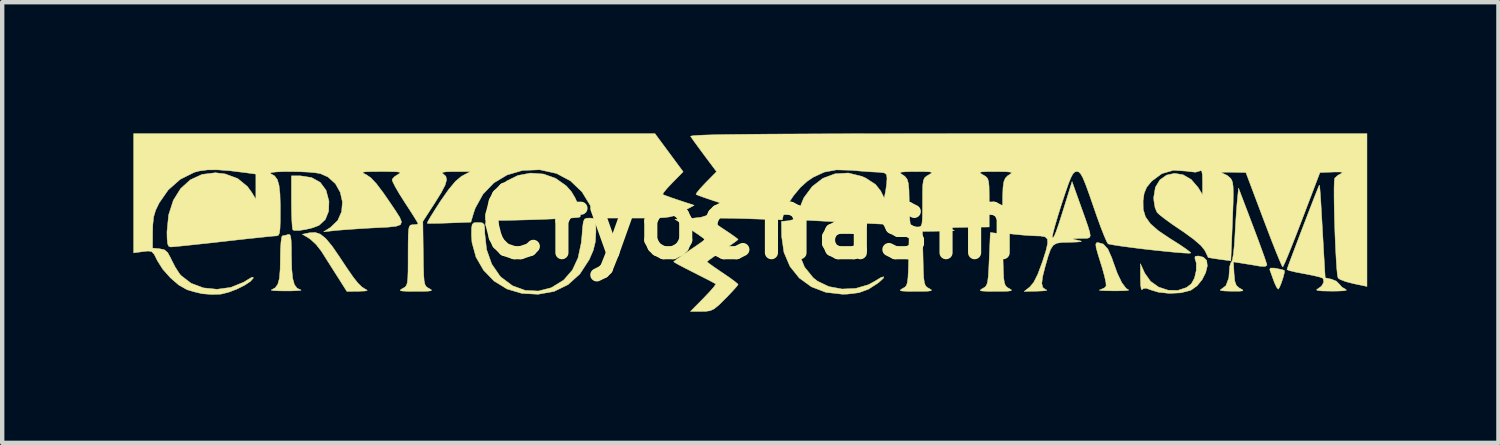
<source format=kicad_pcb>
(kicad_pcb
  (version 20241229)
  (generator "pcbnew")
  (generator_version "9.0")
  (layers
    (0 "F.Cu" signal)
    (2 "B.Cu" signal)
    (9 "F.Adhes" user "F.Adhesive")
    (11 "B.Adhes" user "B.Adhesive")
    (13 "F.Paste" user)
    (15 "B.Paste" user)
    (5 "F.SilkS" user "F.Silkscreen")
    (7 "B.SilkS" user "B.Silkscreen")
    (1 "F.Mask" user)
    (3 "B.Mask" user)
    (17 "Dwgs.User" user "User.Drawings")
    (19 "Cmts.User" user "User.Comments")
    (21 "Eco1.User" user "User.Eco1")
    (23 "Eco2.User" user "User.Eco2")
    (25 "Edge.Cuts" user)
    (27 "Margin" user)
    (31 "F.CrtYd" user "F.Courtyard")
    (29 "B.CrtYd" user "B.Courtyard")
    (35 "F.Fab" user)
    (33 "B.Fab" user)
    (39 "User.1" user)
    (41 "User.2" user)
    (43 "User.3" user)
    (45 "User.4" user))
  (footprint "Cryochasm"
    (layer "F.Cu")
    (at 14.077 2.037)
    (property "Reference" "Cryochasm" (at 0 0 0) (layer "F.SilkS") (effects (font (size 1.524 1.524) (thickness 0.3))))
    (attr through_hole)
    (fp_poly (pts (xy 5.791 0.24) (xy 5.791 0.261) (xy 5.788 0.261) (xy 5.788 0.239) (xy 5.791 0.24)) (stroke (width 0.01) (type solid)) (fill yes) (layer "F.SilkS"))
    (fp_poly (pts (xy 11.999 1.041) (xy 12.047 1.049) (xy 12.166 1.074) (xy 12.231 1.093) (xy 12.234 1.095) (xy 12.233 1.148) (xy 12.205 1.257) (xy 12.164 1.381) (xy 12.122 1.483) (xy 12.093 1.524) (xy 12.057 1.481) (xy 12.007 1.374) (xy 11.992 1.333) (xy 11.942 1.195) (xy 11.905 1.093) (xy 11.9 1.08) (xy 11.911 1.041) (xy 11.999 1.041)) (stroke (width 0.01) (type solid)) (fill yes) (layer "F.SilkS"))
    (fp_poly (pts (xy -10.005 -1.028) (xy -9.806 -0.917) (xy -9.677 -0.743) (xy -9.673 -0.735) (xy -9.607 -0.488) (xy -9.614 -0.259) (xy -9.69 -0.069) (xy -9.829 0.061) (xy -9.84 0.067) (xy -9.976 0.119) (xy -10.138 0.159) (xy -10.292 0.182) (xy -10.402 0.181) (xy -10.432 0.169) (xy -10.445 0.108) (xy -10.455 -0.034) (xy -10.462 -0.234) (xy -10.465 -0.466) (xy -10.465 -1.067) (xy -10.259 -1.067) (xy -10.005 -1.028)) (stroke (width 0.01) (type solid)) (fill yes) (layer "F.SilkS"))
    (fp_poly (pts (xy 5.652 0.245) (xy 5.788 0.261) (xy 5.802 0.842) (xy 5.809 1.098) (xy 5.818 1.272) (xy 5.834 1.381) (xy 5.86 1.446) (xy 5.9 1.485) (xy 5.944 1.509) (xy 5.994 1.54) (xy 5.988 1.559) (xy 5.913 1.569) (xy 5.756 1.573) (xy 5.639 1.573) (xy 5.434 1.572) (xy 5.319 1.565) (xy 5.279 1.551) (xy 5.302 1.527) (xy 5.334 1.509) (xy 5.388 1.477) (xy 5.425 1.433) (xy 5.449 1.359) (xy 5.465 1.234) (xy 5.477 1.042) (xy 5.486 0.837) (xy 5.512 0.229) (xy 5.652 0.245)) (stroke (width 0.01) (type solid)) (fill yes) (layer "F.SilkS"))
    (fp_poly (pts (xy -9.801 0.268) (xy -9.677 0.369) (xy -9.536 0.539) (xy -9.364 0.789) (xy -9.364 0.79) (xy -9.185 1.059) (xy -9.049 1.254) (xy -8.943 1.387) (xy -8.858 1.471) (xy -8.783 1.519) (xy -8.768 1.525) (xy -8.73 1.551) (xy -8.778 1.565) (xy -8.919 1.571) (xy -8.929 1.572) (xy -9.197 1.575) (xy -9.431 1.206) (xy -9.557 1.008) (xy -9.679 0.816) (xy -9.773 0.667) (xy -9.787 0.646) (xy -9.901 0.501) (xy -10.031 0.382) (xy -10.063 0.36) (xy -10.215 0.268) (xy -10.049 0.234) (xy -9.92 0.227) (xy -9.801 0.268)) (stroke (width 0.01) (type solid)) (fill yes) (layer "F.SilkS"))
    (fp_poly (pts (xy 8.096 0.493) (xy 8.199 0.607) (xy 8.289 0.809) (xy 8.307 0.864) (xy 8.413 1.157) (xy 8.517 1.374) (xy 8.615 1.505) (xy 8.673 1.54) (xy 8.668 1.55) (xy 8.579 1.558) (xy 8.422 1.562) (xy 8.331 1.562) (xy 8.153 1.559) (xy 8.038 1.553) (xy 8.001 1.544) (xy 8.017 1.539) (xy 8.119 1.496) (xy 8.159 1.452) (xy 8.155 1.378) (xy 8.124 1.232) (xy 8.071 1.04) (xy 8.034 0.922) (xy 7.967 0.706) (xy 7.93 0.57) (xy 7.923 0.494) (xy 7.941 0.462) (xy 7.971 0.457) (xy 8.096 0.493)) (stroke (width 0.01) (type solid)) (fill yes) (layer "F.SilkS"))
    (fp_poly (pts (xy -10.485 0.309) (xy -10.472 0.403) (xy -10.466 0.57) (xy -10.465 0.753) (xy -10.458 1.058) (xy -10.437 1.276) (xy -10.397 1.42) (xy -10.334 1.503) (xy -10.252 1.539) (xy -10.244 1.549) (xy -10.323 1.557) (xy -10.473 1.563) (xy -10.566 1.564) (xy -10.75 1.562) (xy -10.877 1.556) (xy -10.928 1.545) (xy -10.922 1.54) (xy -10.835 1.492) (xy -10.776 1.41) (xy -10.74 1.277) (xy -10.723 1.075) (xy -10.719 0.828) (xy -10.715 0.612) (xy -10.703 0.439) (xy -10.687 0.331) (xy -10.672 0.305) (xy -10.587 0.288) (xy -10.545 0.274) (xy -10.508 0.272) (xy -10.485 0.309)) (stroke (width 0.01) (type solid)) (fill yes) (layer "F.SilkS"))
    (fp_poly (pts (xy -4.705 -1.109) (xy -4.427 -1.011) (xy -4.183 -0.839) (xy -4.064 -0.704) (xy -3.977 -0.557) (xy -3.906 -0.395) (xy -3.864 -0.248) (xy -3.86 -0.146) (xy -3.871 -0.126) (xy -3.928 -0.115) (xy -4.068 -0.104) (xy -4.271 -0.092) (xy -4.521 -0.081) (xy -4.799 -0.07) (xy -5.086 -0.061) (xy -5.364 -0.054) (xy -5.615 -0.049) (xy -5.821 -0.048) (xy -5.963 -0.05) (xy -6.023 -0.057) (xy -6.024 -0.058) (xy -6.026 -0.136) (xy -5.99 -0.273) (xy -5.928 -0.439) (xy -5.851 -0.602) (xy -5.772 -0.733) (xy -5.767 -0.739) (xy -5.55 -0.946) (xy -5.288 -1.076) (xy -4.999 -1.13) (xy -4.705 -1.109)) (stroke (width 0.01) (type solid)) (fill yes) (layer "F.SilkS"))
    (fp_poly (pts (xy 10.384 0.793) (xy 10.458 0.867) (xy 10.472 0.993) (xy 10.434 1.146) (xy 10.354 1.304) (xy 10.241 1.444) (xy 10.104 1.543) (xy 10.084 1.552) (xy 9.865 1.607) (xy 9.604 1.62) (xy 9.35 1.592) (xy 9.199 1.546) (xy 9.075 1.502) (xy 9.008 1.509) (xy 8.983 1.535) (xy 8.962 1.525) (xy 8.948 1.43) (xy 8.943 1.27) (xy 8.943 0.94) (xy 9.042 1.158) (xy 9.174 1.344) (xy 9.36 1.476) (xy 9.576 1.547) (xy 9.796 1.552) (xy 9.997 1.486) (xy 10.107 1.4) (xy 10.179 1.271) (xy 10.219 1.098) (xy 10.221 0.927) (xy 10.188 0.818) (xy 10.194 0.773) (xy 10.27 0.764) (xy 10.384 0.793)) (stroke (width 0.01) (type solid)) (fill yes) (layer "F.SilkS"))
    (fp_poly (pts (xy 11.511 0.068) (xy 11.616 0.346) (xy 11.706 0.592) (xy 11.777 0.789) (xy 11.822 0.923) (xy 11.836 0.975) (xy 11.792 1.004) (xy 11.678 0.999) (xy 11.671 0.998) (xy 11.51 0.97) (xy 11.323 0.94) (xy 11.287 0.934) (xy 11.069 0.9) (xy 11.084 1.173) (xy 11.101 1.34) (xy 11.135 1.437) (xy 11.201 1.496) (xy 11.227 1.509) (xy 11.285 1.543) (xy 11.281 1.562) (xy 11.202 1.57) (xy 11.035 1.57) (xy 11.024 1.57) (xy 10.869 1.565) (xy 10.778 1.554) (xy 10.768 1.54) (xy 10.77 1.54) (xy 10.898 1.443) (xy 10.964 1.266) (xy 10.973 1.138) (xy 10.984 1.002) (xy 11.011 0.917) (xy 11.023 0.906) (xy 11.046 0.851) (xy 11.069 0.717) (xy 11.089 0.523) (xy 11.102 0.33) (xy 11.116 0.067) (xy 11.133 -0.192) (xy 11.149 -0.408) (xy 11.158 -0.508) (xy 11.186 -0.787) (xy 11.511 0.068)) (stroke (width 0.01) (type solid)) (fill yes) (layer "F.SilkS"))
    (fp_poly (pts (xy 13.037 -0.849) (xy 13.042 -0.817) (xy 13.048 -0.748) (xy 13.057 -0.633) (xy 13.068 -0.46) (xy 13.082 -0.221) (xy 13.1 0.094) (xy 13.123 0.496) (xy 13.137 0.746) (xy 13.167 1.264) (xy 13.31 1.295) (xy 13.424 1.342) (xy 13.482 1.401) (xy 13.549 1.477) (xy 13.626 1.522) (xy 13.654 1.545) (xy 13.598 1.56) (xy 13.451 1.567) (xy 13.31 1.568) (xy 13.096 1.564) (xy 12.983 1.552) (xy 12.971 1.532) (xy 12.985 1.525) (xy 13.083 1.455) (xy 13.134 1.364) (xy 13.121 1.284) (xy 13.102 1.268) (xy 13.027 1.242) (xy 12.88 1.208) (xy 12.693 1.172) (xy 12.669 1.167) (xy 12.489 1.133) (xy 12.356 1.101) (xy 12.295 1.078) (xy 12.294 1.075) (xy 12.311 1.022) (xy 12.358 0.892) (xy 12.429 0.703) (xy 12.517 0.471) (xy 12.614 0.215) (xy 12.715 -0.048) (xy 12.812 -0.301) (xy 12.899 -0.525) (xy 12.97 -0.704) (xy 13.016 -0.819) (xy 13.032 -0.854) (xy 13.037 -0.849)) (stroke (width 0.01) (type solid)) (fill yes) (layer "F.SilkS"))
    (fp_poly (pts (xy -3.572 -0.097) (xy -3.528 -0.069) (xy -3.51 0.006) (xy -3.505 0.151) (xy -3.505 0.22) (xy -3.518 0.443) (xy -3.565 0.635) (xy -3.659 0.851) (xy -3.661 0.853) (xy -3.873 1.178) (xy -4.142 1.42) (xy -4.461 1.575) (xy -4.826 1.64) (xy -5.196 1.62) (xy -5.535 1.52) (xy -5.832 1.338) (xy -6.073 1.09) (xy -6.246 0.79) (xy -6.338 0.455) (xy -6.349 0.292) (xy -6.347 0.128) (xy -6.332 0.041) (xy -6.292 0.006) (xy -6.212 0.000014) (xy -6.198 0) (xy -6.106 0.006) (xy -6.061 0.041) (xy -6.047 0.133) (xy -6.045 0.245) (xy -6.004 0.617) (xy -5.886 0.95) (xy -5.698 1.224) (xy -5.671 1.251) (xy -5.411 1.446) (xy -5.121 1.551) (xy -4.82 1.566) (xy -4.524 1.49) (xy -4.251 1.322) (xy -4.232 1.305) (xy -4.042 1.086) (xy -3.913 0.81) (xy -3.839 0.463) (xy -3.823 0.298) (xy -3.808 0.099) (xy -3.791 -0.02) (xy -3.763 -0.079) (xy -3.715 -0.099) (xy -3.65 -0.102) (xy -3.572 -0.097)) (stroke (width 0.01) (type solid)) (fill yes) (layer "F.SilkS"))
    (fp_poly (pts (xy -1.51 -1.161) (xy -1.755 -0.912) (xy -1.874 -0.786) (xy -1.954 -0.69) (xy -1.979 -0.644) (xy -1.978 -0.643) (xy -1.922 -0.619) (xy -1.796 -0.573) (xy -1.625 -0.515) (xy -1.607 -0.509) (xy -1.259 -0.394) (xy -1.527 -0.248) (xy -1.628 -0.194) (xy -1.717 -0.156) (xy -1.813 -0.13) (xy -1.934 -0.114) (xy -2.101 -0.105) (xy -2.331 -0.102) (xy -2.644 -0.102) (xy -2.646 -0.102) (xy -3.498 -0.102) (xy -3.62 -0.369) (xy -3.822 -0.7) (xy -4.086 -0.952) (xy -4.405 -1.122) (xy -4.775 -1.204) (xy -4.799 -1.206) (xy -5.183 -1.191) (xy -5.534 -1.088) (xy -5.839 -0.905) (xy -6.085 -0.65) (xy -6.262 -0.331) (xy -6.302 -0.215) (xy -6.363 -0.009) (xy -6.852 0.01) (xy -7.063 0.017) (xy -7.233 0.02) (xy -7.338 0.019) (xy -7.361 0.016) (xy -7.343 -0.029) (xy -7.278 -0.141) (xy -7.177 -0.303) (xy -7.06 -0.485) (xy -6.87 -0.756) (xy -6.714 -0.942) (xy -6.583 -1.053) (xy -6.557 -1.068) (xy -6.375 -1.164) (xy -6.731 -1.165) (xy -6.915 -1.161) (xy -7.006 -1.149) (xy -7.016 -1.127) (xy -6.998 -1.114) (xy -6.934 -1.056) (xy -6.918 -0.975) (xy -6.952 -0.855) (xy -7.041 -0.683) (xy -7.185 -0.452) (xy -7.461 -0.025) (xy -7.451 0.71) (xy -7.447 0.996) (xy -7.441 1.198) (xy -7.431 1.332) (xy -7.413 1.415) (xy -7.385 1.464) (xy -7.344 1.494) (xy -7.315 1.509) (xy -7.265 1.54) (xy -7.27 1.559) (xy -7.345 1.569) (xy -7.502 1.573) (xy -7.62 1.573) (xy -7.825 1.572) (xy -7.94 1.565) (xy -7.98 1.551) (xy -7.958 1.527) (xy -7.925 1.509) (xy -7.874 1.48) (xy -7.839 1.443) (xy -7.817 1.38) (xy -7.805 1.273) (xy -7.799 1.106) (xy -7.798 0.862) (xy -7.798 0.748) (xy -7.797 0.47) (xy -7.794 0.278) (xy -7.785 0.156) (xy -7.769 0.088) (xy -7.741 0.058) (xy -7.701 0.051) (xy -7.684 0.051) (xy -7.594 0.042) (xy -7.569 0.027) (xy -7.595 -0.023) (xy -7.666 -0.139) (xy -7.771 -0.303) (xy -7.876 -0.464) (xy -7.998 -0.657) (xy -8.094 -0.822) (xy -8.152 -0.939) (xy -8.164 -0.986) (xy -8.108 -1.049) (xy -8.022 -1.104) (xy -7.979 -1.133) (xy -7.991 -1.151) (xy -8.071 -1.161) (xy -8.231 -1.165) (xy -8.407 -1.166) (xy -8.634 -1.164) (xy -8.772 -1.16) (xy -8.832 -1.149) (xy -8.827 -1.13) (xy -8.77 -1.101) (xy -8.754 -1.094) (xy -8.651 -1.024) (xy -8.524 -0.889) (xy -8.365 -0.679) (xy -8.233 -0.488) (xy -8.086 -0.271) (xy -7.988 -0.117) (xy -7.948 -0.014) (xy -7.973 0.05) (xy -8.071 0.085) (xy -8.251 0.105) (xy -8.52 0.119) (xy -8.661 0.126) (xy -8.921 0.142) (xy -9.172 0.159) (xy -9.379 0.175) (xy -9.474 0.184) (xy -9.728 0.212) (xy -9.572 0.112) (xy -9.407 -0.046) (xy -9.318 -0.247) (xy -9.299 -0.469) (xy -9.348 -0.689) (xy -9.459 -0.887) (xy -9.629 -1.041) (xy -9.802 -1.118) (xy -9.914 -1.137) (xy -10.075 -1.152) (xy -10.266 -1.161) (xy -10.466 -1.165) (xy -10.654 -1.164) (xy -10.812 -1.157) (xy -10.919 -1.145) (xy -10.954 -1.128) (xy -10.938 -1.117) (xy -10.85 -1.066) (xy -10.788 -0.983) (xy -10.749 -0.852) (xy -10.727 -0.658) (xy -10.719 -0.384) (xy -10.719 -0.283) (xy -10.72 -0.029) (xy -10.726 0.139) (xy -10.739 0.24) (xy -10.762 0.289) (xy -10.797 0.304) (xy -10.808 0.305) (xy -10.883 0.31) (xy -11.042 0.326) (xy -11.271 0.35) (xy -11.554 0.38) (xy -11.873 0.416) (xy -12.014 0.432) (xy -12.344 0.469) (xy -12.644 0.501) (xy -12.897 0.528) (xy -13.088 0.547) (xy -13.201 0.557) (xy -13.221 0.559) (xy -13.268 0.545) (xy -13.295 0.489) (xy -13.307 0.371) (xy -13.31 0.21) (xy -13.272 -0.175) (xy -13.165 -0.507) (xy -12.997 -0.777) (xy -12.775 -0.977) (xy -12.508 -1.1) (xy -12.203 -1.138) (xy -11.98 -1.111) (xy -11.694 -1.006) (xy -11.472 -0.825) (xy -11.374 -0.69) (xy -11.278 -0.533) (xy -11.278 -0.82) (xy -11.278 -1.107) (xy -11.493 -1.137) (xy -11.863 -1.183) (xy -12.152 -1.205) (xy -12.38 -1.204) (xy -12.565 -1.18) (xy -12.686 -1.148) (xy -13.005 -0.989) (xy -13.281 -0.746) (xy -13.487 -0.45) (xy -13.569 -0.282) (xy -13.615 -0.129) (xy -13.634 0.053) (xy -13.638 0.203) (xy -13.64 0.584) (xy -13.476 0.6) (xy -13.37 0.623) (xy -13.295 0.686) (xy -13.225 0.813) (xy -13.207 0.853) (xy -13.121 1.02) (xy -13.027 1.166) (xy -12.99 1.211) (xy -12.758 1.389) (xy -12.476 1.494) (xy -12.166 1.526) (xy -11.851 1.483) (xy -11.554 1.363) (xy -11.461 1.305) (xy -11.365 1.249) (xy -11.334 1.259) (xy -11.337 1.27) (xy -11.403 1.346) (xy -11.537 1.434) (xy -11.712 1.522) (xy -11.899 1.593) (xy -12.067 1.635) (xy -12.09 1.638) (xy -12.288 1.644) (xy -12.486 1.629) (xy -12.522 1.623) (xy -12.692 1.583) (xy -12.845 1.537) (xy -12.862 1.53) (xy -13.042 1.427) (xy -13.233 1.262) (xy -13.406 1.067) (xy -13.53 0.871) (xy -13.533 0.864) (xy -13.601 0.728) (xy -13.659 0.665) (xy -13.742 0.651) (xy -13.856 0.664) (xy -14.072 0.693) (xy -14.072 -2.032) (xy -2.155 -2.032) (xy -1.51 -1.161)) (stroke (width 0.01) (type solid)) (fill yes) (layer "F.SilkS"))
    (fp_poly (pts (xy 14.122 1.461) (xy 13.811 1.396) (xy 13.641 1.352) (xy 13.513 1.304) (xy 13.461 1.268) (xy 13.446 1.198) (xy 13.431 1.045) (xy 13.417 0.827) (xy 13.403 0.564) (xy 13.391 0.274) (xy 13.381 -0.025) (xy 13.374 -0.316) (xy 13.37 -0.578) (xy 13.37 -0.794) (xy 13.375 -0.946) (xy 13.385 -1.015) (xy 13.385 -1.015) (xy 13.459 -1.081) (xy 13.531 -1.119) (xy 13.565 -1.144) (xy 13.512 -1.156) (xy 13.364 -1.155) (xy 13.343 -1.154) (xy 13.047 -1.143) (xy 12.636 -0.064) (xy 12.517 0.246) (xy 12.409 0.52) (xy 12.318 0.747) (xy 12.248 0.912) (xy 12.205 1.003) (xy 12.196 1.016) (xy 12.17 0.971) (xy 12.115 0.843) (xy 12.035 0.648) (xy 11.936 0.397) (xy 11.824 0.104) (xy 11.76 -0.064) (xy 11.354 -1.143) (xy 11.024 -1.15) (xy 10.875 -1.151) (xy 10.795 -1.145) (xy 10.799 -1.135) (xy 10.802 -1.135) (xy 10.923 -1.079) (xy 10.998 -1.017) (xy 11.029 -0.973) (xy 11.05 -0.912) (xy 11.062 -0.818) (xy 11.066 -0.675) (xy 11.063 -0.469) (xy 11.053 -0.183) (xy 11.047 -0.023) (xy 11.01 0.875) (xy 10.751 0.841) (xy 10.605 0.819) (xy 10.51 0.803) (xy 10.491 0.797) (xy 10.47 0.75) (xy 10.421 0.649) (xy 10.414 0.635) (xy 10.327 0.526) (xy 10.161 0.383) (xy 9.931 0.215) (xy 9.866 0.172) (xy 9.667 0.037) (xy 9.495 -0.088) (xy 9.371 -0.186) (xy 9.321 -0.235) (xy 9.277 -0.342) (xy 9.251 -0.501) (xy 9.247 -0.575) (xy 9.285 -0.806) (xy 9.389 -0.976) (xy 9.542 -1.084) (xy 9.724 -1.124) (xy 9.917 -1.092) (xy 10.103 -0.985) (xy 10.263 -0.799) (xy 10.266 -0.794) (xy 10.363 -0.635) (xy 10.363 -0.933) (xy 10.359 -1.099) (xy 10.343 -1.179) (xy 10.311 -1.187) (xy 10.299 -1.178) (xy 10.201 -1.15) (xy 10.024 -1.17) (xy 9.999 -1.175) (xy 9.699 -1.195) (xy 9.433 -1.118) (xy 9.201 -0.946) (xy 9.197 -0.942) (xy 9.086 -0.807) (xy 9.028 -0.667) (xy 9.004 -0.497) (xy 9.007 -0.299) (xy 9.059 -0.129) (xy 9.171 0.028) (xy 9.354 0.188) (xy 9.62 0.367) (xy 9.651 0.386) (xy 9.835 0.502) (xy 9.983 0.603) (xy 10.075 0.673) (xy 10.096 0.696) (xy 10.052 0.702) (xy 9.927 0.696) (xy 9.739 0.681) (xy 9.505 0.658) (xy 9.246 0.631) (xy 8.98 0.601) (xy 8.726 0.569) (xy 8.501 0.539) (xy 8.326 0.512) (xy 8.218 0.491) (xy 8.204 0.487) (xy 8.172 0.435) (xy 8.114 0.302) (xy 8.037 0.106) (xy 7.948 -0.139) (xy 7.875 -0.35) (xy 7.77 -0.653) (xy 7.69 -0.872) (xy 7.629 -1.02) (xy 7.579 -1.11) (xy 7.536 -1.155) (xy 7.493 -1.168) (xy 7.489 -1.168) (xy 7.445 -1.157) (xy 7.401 -1.115) (xy 7.354 -1.027) (xy 7.295 -0.88) (xy 7.219 -0.66) (xy 7.142 -0.427) (xy 7.061 -0.17) (xy 6.995 0.053) (xy 6.949 0.223) (xy 6.928 0.323) (xy 6.929 0.342) (xy 6.949 0.343) (xy 6.977 0.302) (xy 7.016 0.208) (xy 7.072 0.048) (xy 7.148 -0.19) (xy 7.218 -0.413) (xy 7.38 -0.935) (xy 7.57 -0.404) (xy 7.673 -0.117) (xy 7.744 0.088) (xy 7.785 0.224) (xy 7.796 0.305) (xy 7.776 0.346) (xy 7.726 0.36) (xy 7.646 0.362) (xy 7.585 0.362) (xy 7.444 0.367) (xy 7.397 0.374) (xy 7.438 0.389) (xy 7.518 0.406) (xy 7.592 0.426) (xy 7.586 0.438) (xy 7.494 0.446) (xy 7.33 0.451) (xy 7.152 0.455) (xy 7.03 0.473) (xy 6.948 0.521) (xy 6.888 0.615) (xy 6.832 0.774) (xy 6.765 1.007) (xy 6.707 1.237) (xy 6.688 1.391) (xy 6.71 1.483) (xy 6.773 1.532) (xy 6.799 1.541) (xy 6.799 1.553) (xy 6.716 1.563) (xy 6.584 1.569) (xy 6.285 1.575) (xy 6.415 1.473) (xy 6.504 1.367) (xy 6.597 1.182) (xy 6.7 0.906) (xy 6.708 0.883) (xy 6.785 0.64) (xy 6.822 0.477) (xy 6.817 0.378) (xy 6.764 0.327) (xy 6.661 0.308) (xy 6.573 0.306) (xy 6.436 0.3) (xy 6.246 0.286) (xy 6.102 0.272) (xy 5.791 0.24) (xy 5.792 -0.339) (xy 5.794 -0.613) (xy 5.802 -0.804) (xy 5.82 -0.931) (xy 5.854 -1.013) (xy 5.906 -1.067) (xy 5.969 -1.108) (xy 6.001 -1.136) (xy 5.968 -1.153) (xy 5.859 -1.162) (xy 5.662 -1.165) (xy 5.639 -1.165) (xy 5.433 -1.164) (xy 5.315 -1.158) (xy 5.272 -1.145) (xy 5.292 -1.12) (xy 5.347 -1.089) (xy 5.408 -1.052) (xy 5.448 -1.009) (xy 5.471 -0.94) (xy 5.483 -0.823) (xy 5.486 -0.64) (xy 5.486 -0.456) (xy 5.486 0.102) (xy 4.915 0.109) (xy 4.679 0.114) (xy 4.54 0.121) (xy 4.491 0.131) (xy 4.529 0.145) (xy 4.572 0.152) (xy 4.669 0.17) (xy 4.69 0.181) (xy 4.629 0.189) (xy 4.476 0.194) (xy 4.38 0.196) (xy 3.959 0.203) (xy 3.974 0.824) (xy 3.98 1.085) (xy 3.989 1.262) (xy 4.004 1.375) (xy 4.028 1.442) (xy 4.066 1.482) (xy 4.115 1.509) (xy 4.165 1.54) (xy 4.159 1.559) (xy 4.084 1.569) (xy 3.927 1.573) (xy 3.81 1.573) (xy 3.606 1.572) (xy 3.49 1.565) (xy 3.45 1.551) (xy 3.473 1.527) (xy 3.505 1.509) (xy 3.556 1.48) (xy 3.592 1.441) (xy 3.615 1.375) (xy 3.629 1.264) (xy 3.638 1.092) (xy 3.645 0.84) (xy 3.646 0.755) (xy 3.66 0.066) (xy 2.96 0.032) (xy 2.63 0.016) (xy 2.267 -0.002) (xy 1.916 -0.02) (xy 1.657 -0.034) (xy 1.052 -0.066) (xy 1.077 0.321) (xy 1.137 0.707) (xy 1.265 1.019) (xy 1.461 1.261) (xy 1.559 1.339) (xy 1.819 1.464) (xy 2.122 1.52) (xy 2.435 1.506) (xy 2.727 1.421) (xy 2.873 1.341) (xy 3.008 1.259) (xy 3.075 1.239) (xy 3.066 1.274) (xy 2.973 1.36) (xy 2.937 1.388) (xy 2.724 1.525) (xy 2.507 1.604) (xy 2.245 1.636) (xy 2.132 1.639) (xy 1.754 1.596) (xy 1.422 1.469) (xy 1.144 1.268) (xy 0.931 1.002) (xy 0.794 0.681) (xy 0.741 0.313) (xy 0.741 0.305) (xy 0.737 -0.025) (xy 0.9 -0.041) (xy 1.017 -0.069) (xy 1.081 -0.142) (xy 1.113 -0.234) (xy 1.247 -0.563) (xy 1.441 -0.824) (xy 1.683 -1.01) (xy 1.961 -1.114) (xy 2.263 -1.132) (xy 2.575 -1.056) (xy 2.668 -1.014) (xy 2.887 -0.871) (xy 3.004 -0.724) (xy 3.086 -0.559) (xy 3.118 -0.717) (xy 3.141 -0.879) (xy 3.15 -1.01) (xy 3.14 -1.094) (xy 3.091 -1.134) (xy 3.064 -1.138) (xy 3.448 -1.138) (xy 3.475 -1.111) (xy 3.48 -1.108) (xy 3.558 -1.056) (xy 3.609 -0.992) (xy 3.638 -0.896) (xy 3.652 -0.745) (xy 3.657 -0.519) (xy 3.657 -0.453) (xy 3.66 -0.24) (xy 3.67 -0.066) (xy 3.683 0.043) (xy 3.691 0.068) (xy 3.764 0.094) (xy 3.844 0.102) (xy 3.896 0.098) (xy 3.93 0.075) (xy 3.95 0.016) (xy 3.959 -0.098) (xy 3.962 -0.284) (xy 3.962 -0.456) (xy 3.963 -0.7) (xy 3.968 -0.862) (xy 3.983 -0.963) (xy 4.01 -1.023) (xy 4.056 -1.062) (xy 4.102 -1.089) (xy 4.164 -1.125) (xy 4.174 -1.147) (xy 4.121 -1.159) (xy 3.991 -1.164) (xy 3.81 -1.165) (xy 3.604 -1.163) (xy 3.487 -1.154) (xy 3.448 -1.138) (xy 3.064 -1.138) (xy 2.976 -1.149) (xy 2.934 -1.151) (xy 2.774 -1.159) (xy 2.558 -1.175) (xy 2.332 -1.195) (xy 2.324 -1.195) (xy 1.993 -1.204) (xy 1.717 -1.153) (xy 1.463 -1.036) (xy 1.322 -0.94) (xy 1.168 -0.8) (xy 1.014 -0.616) (xy 0.884 -0.421) (xy 0.8 -0.248) (xy 0.788 -0.204) (xy 0.756 -0.061) (xy -0.079 -0.089) (xy -0.357 -0.097) (xy -0.596 -0.1) (xy -0.779 -0.1) (xy -0.89 -0.095) (xy -0.914 -0.09) (xy -0.875 -0.051) (xy -0.77 0.026) (xy -0.621 0.128) (xy -0.584 0.152) (xy -0.428 0.256) (xy -0.312 0.338) (xy -0.256 0.383) (xy -0.254 0.387) (xy -0.293 0.421) (xy -0.398 0.497) (xy -0.548 0.601) (xy -0.61 0.642) (xy -0.771 0.752) (xy -0.895 0.839) (xy -0.96 0.889) (xy -0.965 0.896) (xy -0.926 0.93) (xy -0.821 1.006) (xy -0.671 1.109) (xy -0.61 1.15) (xy -0.447 1.261) (xy -0.324 1.352) (xy -0.259 1.407) (xy -0.254 1.416) (xy -0.287 1.463) (xy -0.376 1.562) (xy -0.502 1.696) (xy -0.545 1.738) (xy -0.693 1.885) (xy -0.8 1.972) (xy -0.892 2.016) (xy -0.999 2.031) (xy -1.089 2.032) (xy -1.343 2.032) (xy -1.043 1.729) (xy -0.909 1.588) (xy -0.811 1.477) (xy -0.766 1.413) (xy -0.765 1.404) (xy -0.817 1.374) (xy -0.94 1.309) (xy -1.114 1.221) (xy -1.257 1.148) (xy -1.452 1.049) (xy -1.607 0.968) (xy -1.704 0.913) (xy -1.727 0.896) (xy -1.688 0.862) (xy -1.583 0.786) (xy -1.433 0.683) (xy -1.372 0.642) (xy -1.21 0.532) (xy -1.086 0.445) (xy -1.021 0.393) (xy -1.016 0.387) (xy -1.055 0.352) (xy -1.16 0.277) (xy -1.31 0.176) (xy -1.357 0.146) (xy -1.698 -0.076) (xy -1.361 -0.091) (xy -1.104 -0.119) (xy -0.889 -0.187) (xy -0.76 -0.25) (xy -0.497 -0.394) (xy -0.845 -0.509) (xy -1.019 -0.568) (xy -1.151 -0.615) (xy -1.215 -0.642) (xy -1.216 -0.643) (xy -1.195 -0.686) (xy -1.117 -0.78) (xy -1 -0.905) (xy -0.992 -0.913) (xy -0.746 -1.163) (xy -1.024 -1.534) (xy -1.151 -1.706) (xy -1.257 -1.851) (xy -1.325 -1.947) (xy -1.34 -1.968) (xy -1.327 -1.977) (xy -1.276 -1.985) (xy -1.181 -1.992) (xy -1.04 -1.999) (xy -0.848 -2.005) (xy -0.601 -2.01) (xy -0.294 -2.014) (xy 0.075 -2.018) (xy 0.511 -2.022) (xy 1.019 -2.024) (xy 1.602 -2.027) (xy 2.264 -2.029) (xy 3.009 -2.03) (xy 3.841 -2.031) (xy 4.765 -2.032) (xy 5.785 -2.032) (xy 6.372 -2.032) (xy 14.122 -2.032) (xy 14.122 1.461)) (stroke (width 0.01) (type solid)) (fill yes) (layer "F.SilkS")))
  (gr_rect
    (start -3 -3)
    (end 31.204 7.074)
    (stroke (width 0.1) (type default))
    (fill no)
    (layer "Edge.Cuts")))
</source>
